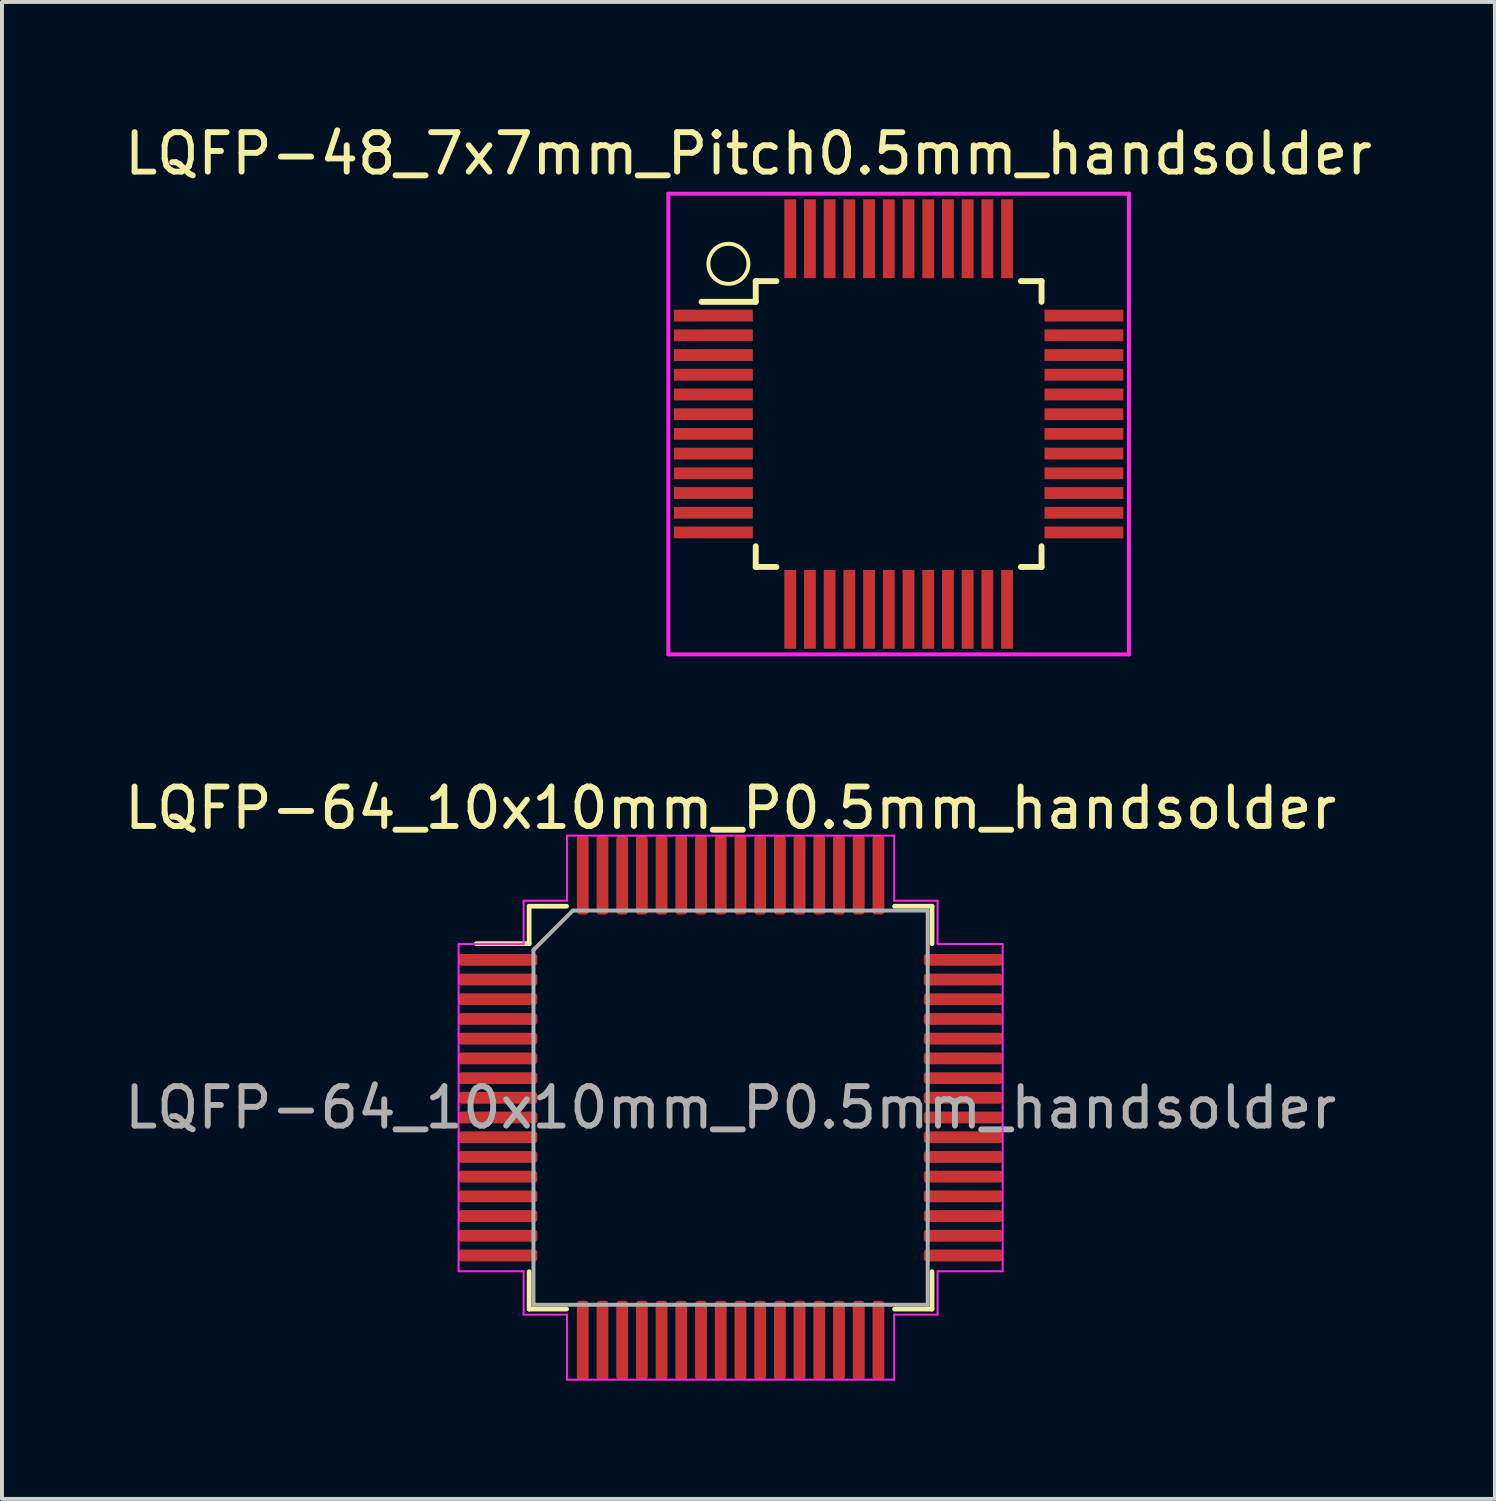
<source format=kicad_pcb>
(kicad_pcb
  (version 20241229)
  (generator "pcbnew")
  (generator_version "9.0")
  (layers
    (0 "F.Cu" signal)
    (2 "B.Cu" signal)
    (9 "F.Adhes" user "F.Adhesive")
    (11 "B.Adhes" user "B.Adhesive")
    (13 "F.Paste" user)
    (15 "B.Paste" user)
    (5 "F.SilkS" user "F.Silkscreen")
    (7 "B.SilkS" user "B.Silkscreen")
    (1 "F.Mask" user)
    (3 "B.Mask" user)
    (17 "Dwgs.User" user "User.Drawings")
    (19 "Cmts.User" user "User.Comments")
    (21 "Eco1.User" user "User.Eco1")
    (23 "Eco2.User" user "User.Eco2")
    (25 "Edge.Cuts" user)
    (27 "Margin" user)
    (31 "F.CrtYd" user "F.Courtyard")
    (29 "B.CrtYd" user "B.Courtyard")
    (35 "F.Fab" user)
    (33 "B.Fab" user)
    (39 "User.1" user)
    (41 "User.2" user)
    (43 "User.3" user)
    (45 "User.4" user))
  (footprint "LQFP-48_7x7mm_Pitch0.5mm_handsolder"
    (layer "F.Cu")
    (at 19.745 7.706)
    (property "Reference" "LQFP-48_7x7mm_Pitch0.5mm_handsolder" (at -3.81 -6.858 0) (layer "F.SilkS") (effects (font (size 1 1) (thickness 0.15))))
    (attr smd)
    (fp_line (start -3.625 -3.625) (end -3.625 -3.1) (stroke (width 0.15) (type solid)) (layer "F.SilkS"))
    (fp_line (start -3.625 -3.625) (end -3.1 -3.625) (stroke (width 0.15) (type solid)) (layer "F.SilkS"))
    (fp_line (start -3.625 -3.1) (end -5 -3.1) (stroke (width 0.15) (type solid)) (layer "F.SilkS"))
    (fp_line (start -3.625 3.625) (end -3.625 3.1) (stroke (width 0.15) (type solid)) (layer "F.SilkS"))
    (fp_line (start -3.625 3.625) (end -3.1 3.625) (stroke (width 0.15) (type solid)) (layer "F.SilkS"))
    (fp_line (start 3.625 -3.625) (end 3.1 -3.625) (stroke (width 0.15) (type solid)) (layer "F.SilkS"))
    (fp_line (start 3.625 -3.625) (end 3.625 -3.1) (stroke (width 0.15) (type solid)) (layer "F.SilkS"))
    (fp_line (start 3.625 3.625) (end 3.1 3.625) (stroke (width 0.15) (type solid)) (layer "F.SilkS"))
    (fp_line (start 3.625 3.625) (end 3.625 3.1) (stroke (width 0.15) (type solid)) (layer "F.SilkS"))
    (fp_circle (center -4.318 -4.064) (end -4.318 -4.572) (stroke (width 0.1) (type solid)) (fill no) (layer "F.SilkS"))
    (fp_line (start -5.842 -5.842) (end 5.842 -5.842) (stroke (width 0.1) (type solid)) (layer "F.CrtYd"))
    (fp_line (start -5.842 5.842) (end -5.842 -5.842) (stroke (width 0.1) (type solid)) (layer "F.CrtYd"))
    (fp_line (start 5.842 -5.842) (end 5.842 5.842) (stroke (width 0.1) (type solid)) (layer "F.CrtYd"))
    (fp_line (start 5.842 5.842) (end -5.842 5.842) (stroke (width 0.1) (type solid)) (layer "F.CrtYd"))
    (pad "1" smd rect (at -4.7 -2.75) (size 2 0.3) (layers "F.Cu" "F.Mask" "F.Paste"))
    (pad "2" smd rect (at -4.7 -2.25) (size 2 0.3) (layers "F.Cu" "F.Mask" "F.Paste"))
    (pad "3" smd rect (at -4.7 -1.75) (size 2 0.3) (layers "F.Cu" "F.Mask" "F.Paste"))
    (pad "4" smd rect (at -4.7 -1.25) (size 2 0.3) (layers "F.Cu" "F.Mask" "F.Paste"))
    (pad "5" smd rect (at -4.7 -0.75) (size 2 0.3) (layers "F.Cu" "F.Mask" "F.Paste"))
    (pad "6" smd rect (at -4.7 -0.25) (size 2 0.3) (layers "F.Cu" "F.Mask" "F.Paste"))
    (pad "7" smd rect (at -4.7 0.25) (size 2 0.3) (layers "F.Cu" "F.Mask" "F.Paste"))
    (pad "8" smd rect (at -4.7 0.75) (size 2 0.3) (layers "F.Cu" "F.Mask" "F.Paste"))
    (pad "9" smd rect (at -4.7 1.25) (size 2 0.3) (layers "F.Cu" "F.Mask" "F.Paste"))
    (pad "10" smd rect (at -4.7 1.75) (size 2 0.3) (layers "F.Cu" "F.Mask" "F.Paste"))
    (pad "11" smd rect (at -4.7 2.25) (size 2 0.3) (layers "F.Cu" "F.Mask" "F.Paste"))
    (pad "12" smd rect (at -4.7 2.75) (size 2 0.3) (layers "F.Cu" "F.Mask" "F.Paste"))
    (pad "13" smd rect (at -2.75 4.7 90) (size 2 0.3) (layers "F.Cu" "F.Mask" "F.Paste"))
    (pad "14" smd rect (at -2.25 4.7 90) (size 2 0.3) (layers "F.Cu" "F.Mask" "F.Paste"))
    (pad "15" smd rect (at -1.75 4.7 90) (size 2 0.3) (layers "F.Cu" "F.Mask" "F.Paste"))
    (pad "16" smd rect (at -1.25 4.7 90) (size 2 0.3) (layers "F.Cu" "F.Mask" "F.Paste"))
    (pad "17" smd rect (at -0.75 4.7 90) (size 2 0.3) (layers "F.Cu" "F.Mask" "F.Paste"))
    (pad "18" smd rect (at -0.25 4.7 90) (size 2 0.3) (layers "F.Cu" "F.Mask" "F.Paste"))
    (pad "19" smd rect (at 0.25 4.7 90) (size 2 0.3) (layers "F.Cu" "F.Mask" "F.Paste"))
    (pad "20" smd rect (at 0.75 4.7 90) (size 2 0.3) (layers "F.Cu" "F.Mask" "F.Paste"))
    (pad "21" smd rect (at 1.25 4.7 90) (size 2 0.3) (layers "F.Cu" "F.Mask" "F.Paste"))
    (pad "22" smd rect (at 1.75 4.7 90) (size 2 0.3) (layers "F.Cu" "F.Mask" "F.Paste"))
    (pad "23" smd rect (at 2.25 4.7 90) (size 2 0.3) (layers "F.Cu" "F.Mask" "F.Paste"))
    (pad "24" smd rect (at 2.75 4.7 90) (size 2 0.3) (layers "F.Cu" "F.Mask" "F.Paste"))
    (pad "25" smd rect (at 4.7 2.75) (size 2 0.3) (layers "F.Cu" "F.Mask" "F.Paste"))
    (pad "26" smd rect (at 4.7 2.25) (size 2 0.3) (layers "F.Cu" "F.Mask" "F.Paste"))
    (pad "27" smd rect (at 4.7 1.75) (size 2 0.3) (layers "F.Cu" "F.Mask" "F.Paste"))
    (pad "28" smd rect (at 4.7 1.25) (size 2 0.3) (layers "F.Cu" "F.Mask" "F.Paste"))
    (pad "29" smd rect (at 4.7 0.75) (size 2 0.3) (layers "F.Cu" "F.Mask" "F.Paste"))
    (pad "30" smd rect (at 4.7 0.25) (size 2 0.3) (layers "F.Cu" "F.Mask" "F.Paste"))
    (pad "31" smd rect (at 4.7 -0.25) (size 2 0.3) (layers "F.Cu" "F.Mask" "F.Paste"))
    (pad "32" smd rect (at 4.7 -0.75) (size 2 0.3) (layers "F.Cu" "F.Mask" "F.Paste"))
    (pad "33" smd rect (at 4.7 -1.25) (size 2 0.3) (layers "F.Cu" "F.Mask" "F.Paste"))
    (pad "34" smd rect (at 4.7 -1.75) (size 2 0.3) (layers "F.Cu" "F.Mask" "F.Paste"))
    (pad "35" smd rect (at 4.7 -2.25) (size 2 0.3) (layers "F.Cu" "F.Mask" "F.Paste"))
    (pad "36" smd rect (at 4.7 -2.75) (size 2 0.3) (layers "F.Cu" "F.Mask" "F.Paste"))
    (pad "37" smd rect (at 2.75 -4.7 90) (size 2 0.3) (layers "F.Cu" "F.Mask" "F.Paste"))
    (pad "38" smd rect (at 2.25 -4.7 90) (size 2 0.3) (layers "F.Cu" "F.Mask" "F.Paste"))
    (pad "39" smd rect (at 1.75 -4.7 90) (size 2 0.3) (layers "F.Cu" "F.Mask" "F.Paste"))
    (pad "40" smd rect (at 1.25 -4.7 90) (size 2 0.3) (layers "F.Cu" "F.Mask" "F.Paste"))
    (pad "41" smd rect (at 0.75 -4.7 90) (size 2 0.3) (layers "F.Cu" "F.Mask" "F.Paste"))
    (pad "42" smd rect (at 0.25 -4.7 90) (size 2 0.3) (layers "F.Cu" "F.Mask" "F.Paste"))
    (pad "43" smd rect (at -0.25 -4.7 90) (size 2 0.3) (layers "F.Cu" "F.Mask" "F.Paste"))
    (pad "44" smd rect (at -0.75 -4.7 90) (size 2 0.3) (layers "F.Cu" "F.Mask" "F.Paste"))
    (pad "45" smd rect (at -1.25 -4.7 90) (size 2 0.3) (layers "F.Cu" "F.Mask" "F.Paste"))
    (pad "46" smd rect (at -1.75 -4.7 90) (size 2 0.3) (layers "F.Cu" "F.Mask" "F.Paste"))
    (pad "47" smd rect (at -2.25 -4.7 90) (size 2 0.3) (layers "F.Cu" "F.Mask" "F.Paste"))
    (pad "48" smd rect (at -2.75 -4.7 90) (size 2 0.3) (layers "F.Cu" "F.Mask" "F.Paste")))
  (footprint "LQFP-64_10x10mm_P0.5mm_handsolder"
    (layer "F.Cu")
    (at 15.482 25.047)
    (property "Reference" "LQFP-64_10x10mm_P0.5mm_handsolder" (at 0 -7.6 0) (layer "F.SilkS") (effects (font (size 1 1) (thickness 0.15))))
    (attr smd)
    (fp_line (start -5.11 -5.11) (end -5.11 -4.16) (stroke (width 0.12) (type solid)) (layer "F.SilkS"))
    (fp_line (start -5.11 -4.16) (end -6.45 -4.16) (stroke (width 0.12) (type solid)) (layer "F.SilkS"))
    (fp_line (start -5.11 5.11) (end -5.11 4.16) (stroke (width 0.12) (type solid)) (layer "F.SilkS"))
    (fp_line (start -4.16 -5.11) (end -5.11 -5.11) (stroke (width 0.12) (type solid)) (layer "F.SilkS"))
    (fp_line (start -4.16 5.11) (end -5.11 5.11) (stroke (width 0.12) (type solid)) (layer "F.SilkS"))
    (fp_line (start 4.16 -5.11) (end 5.11 -5.11) (stroke (width 0.12) (type solid)) (layer "F.SilkS"))
    (fp_line (start 4.16 5.11) (end 5.11 5.11) (stroke (width 0.12) (type solid)) (layer "F.SilkS"))
    (fp_line (start 5.11 -5.11) (end 5.11 -4.16) (stroke (width 0.12) (type solid)) (layer "F.SilkS"))
    (fp_line (start 5.11 5.11) (end 5.11 4.16) (stroke (width 0.12) (type solid)) (layer "F.SilkS"))
    (fp_line (start -6.9 -4.15) (end -6.9 0) (stroke (width 0.05) (type solid)) (layer "F.CrtYd"))
    (fp_line (start -6.9 4.15) (end -6.9 0) (stroke (width 0.05) (type solid)) (layer "F.CrtYd"))
    (fp_line (start -5.25 -5.25) (end -5.25 -4.15) (stroke (width 0.05) (type solid)) (layer "F.CrtYd"))
    (fp_line (start -5.25 -4.15) (end -6.9 -4.15) (stroke (width 0.05) (type solid)) (layer "F.CrtYd"))
    (fp_line (start -5.25 4.15) (end -6.9 4.15) (stroke (width 0.05) (type solid)) (layer "F.CrtYd"))
    (fp_line (start -5.25 5.25) (end -5.25 4.15) (stroke (width 0.05) (type solid)) (layer "F.CrtYd"))
    (fp_line (start -4.15 -6.9) (end -4.15 -5.25) (stroke (width 0.05) (type solid)) (layer "F.CrtYd"))
    (fp_line (start -4.15 -5.25) (end -5.25 -5.25) (stroke (width 0.05) (type solid)) (layer "F.CrtYd"))
    (fp_line (start -4.15 5.25) (end -5.25 5.25) (stroke (width 0.05) (type solid)) (layer "F.CrtYd"))
    (fp_line (start -4.15 6.9) (end -4.15 5.25) (stroke (width 0.05) (type solid)) (layer "F.CrtYd"))
    (fp_line (start 0 -6.9) (end -4.15 -6.9) (stroke (width 0.05) (type solid)) (layer "F.CrtYd"))
    (fp_line (start 0 -6.9) (end 4.15 -6.9) (stroke (width 0.05) (type solid)) (layer "F.CrtYd"))
    (fp_line (start 0 6.9) (end -4.15 6.9) (stroke (width 0.05) (type solid)) (layer "F.CrtYd"))
    (fp_line (start 0 6.9) (end 4.15 6.9) (stroke (width 0.05) (type solid)) (layer "F.CrtYd"))
    (fp_line (start 4.15 -6.9) (end 4.15 -5.25) (stroke (width 0.05) (type solid)) (layer "F.CrtYd"))
    (fp_line (start 4.15 -5.25) (end 5.25 -5.25) (stroke (width 0.05) (type solid)) (layer "F.CrtYd"))
    (fp_line (start 4.15 5.25) (end 5.25 5.25) (stroke (width 0.05) (type solid)) (layer "F.CrtYd"))
    (fp_line (start 4.15 6.9) (end 4.15 5.25) (stroke (width 0.05) (type solid)) (layer "F.CrtYd"))
    (fp_line (start 5.25 -5.25) (end 5.25 -4.15) (stroke (width 0.05) (type solid)) (layer "F.CrtYd"))
    (fp_line (start 5.25 -4.15) (end 6.9 -4.15) (stroke (width 0.05) (type solid)) (layer "F.CrtYd"))
    (fp_line (start 5.25 4.15) (end 6.9 4.15) (stroke (width 0.05) (type solid)) (layer "F.CrtYd"))
    (fp_line (start 5.25 5.25) (end 5.25 4.15) (stroke (width 0.05) (type solid)) (layer "F.CrtYd"))
    (fp_line (start 6.9 -4.15) (end 6.9 0) (stroke (width 0.05) (type solid)) (layer "F.CrtYd"))
    (fp_line (start 6.9 4.15) (end 6.9 0) (stroke (width 0.05) (type solid)) (layer "F.CrtYd"))
    (fp_line (start -5 -4) (end -4 -5) (stroke (width 0.1) (type solid)) (layer "F.Fab"))
    (fp_line (start -5 5) (end -5 -4) (stroke (width 0.1) (type solid)) (layer "F.Fab"))
    (fp_line (start -4 -5) (end 5 -5) (stroke (width 0.1) (type solid)) (layer "F.Fab"))
    (fp_line (start 5 -5) (end 5 5) (stroke (width 0.1) (type solid)) (layer "F.Fab"))
    (fp_line (start 5 5) (end -5 5) (stroke (width 0.1) (type solid)) (layer "F.Fab"))
    (fp_text user "${REFERENCE}" (at 0 0 0) (layer "F.Fab") (effects (font (size 1 1) (thickness 0.15))))
    (pad "1" smd roundrect (at -5.9 -3.75) (size 2 0.3) (layers "F.Cu" "F.Mask" "F.Paste") (roundrect_rratio 0.25))
    (pad "2" smd roundrect (at -5.9 -3.25) (size 2 0.3) (layers "F.Cu" "F.Mask" "F.Paste") (roundrect_rratio 0.25))
    (pad "3" smd roundrect (at -5.9 -2.75) (size 2 0.3) (layers "F.Cu" "F.Mask" "F.Paste") (roundrect_rratio 0.25))
    (pad "4" smd roundrect (at -5.9 -2.25) (size 2 0.3) (layers "F.Cu" "F.Mask" "F.Paste") (roundrect_rratio 0.25))
    (pad "5" smd roundrect (at -5.9 -1.75) (size 2 0.3) (layers "F.Cu" "F.Mask" "F.Paste") (roundrect_rratio 0.25))
    (pad "6" smd roundrect (at -5.9 -1.25) (size 2 0.3) (layers "F.Cu" "F.Mask" "F.Paste") (roundrect_rratio 0.25))
    (pad "7" smd roundrect (at -5.9 -0.75) (size 2 0.3) (layers "F.Cu" "F.Mask" "F.Paste") (roundrect_rratio 0.25))
    (pad "8" smd roundrect (at -5.9 -0.25) (size 2 0.3) (layers "F.Cu" "F.Mask" "F.Paste") (roundrect_rratio 0.25))
    (pad "9" smd roundrect (at -5.9 0.25) (size 2 0.3) (layers "F.Cu" "F.Mask" "F.Paste") (roundrect_rratio 0.25))
    (pad "10" smd roundrect (at -5.9 0.75) (size 2 0.3) (layers "F.Cu" "F.Mask" "F.Paste") (roundrect_rratio 0.25))
    (pad "11" smd roundrect (at -5.9 1.25) (size 2 0.3) (layers "F.Cu" "F.Mask" "F.Paste") (roundrect_rratio 0.25))
    (pad "12" smd roundrect (at -5.9 1.75) (size 2 0.3) (layers "F.Cu" "F.Mask" "F.Paste") (roundrect_rratio 0.25))
    (pad "13" smd roundrect (at -5.9 2.25) (size 2 0.3) (layers "F.Cu" "F.Mask" "F.Paste") (roundrect_rratio 0.25))
    (pad "14" smd roundrect (at -5.9 2.75) (size 2 0.3) (layers "F.Cu" "F.Mask" "F.Paste") (roundrect_rratio 0.25))
    (pad "15" smd roundrect (at -5.9 3.25) (size 2 0.3) (layers "F.Cu" "F.Mask" "F.Paste") (roundrect_rratio 0.25))
    (pad "16" smd roundrect (at -5.9 3.75) (size 2 0.3) (layers "F.Cu" "F.Mask" "F.Paste") (roundrect_rratio 0.25))
    (pad "17" smd roundrect (at -3.75 5.9) (size 0.3 2) (layers "F.Cu" "F.Mask" "F.Paste") (roundrect_rratio 0.25))
    (pad "18" smd roundrect (at -3.25 5.9) (size 0.3 2) (layers "F.Cu" "F.Mask" "F.Paste") (roundrect_rratio 0.25))
    (pad "19" smd roundrect (at -2.75 5.9) (size 0.3 2) (layers "F.Cu" "F.Mask" "F.Paste") (roundrect_rratio 0.25))
    (pad "20" smd roundrect (at -2.25 5.9) (size 0.3 2) (layers "F.Cu" "F.Mask" "F.Paste") (roundrect_rratio 0.25))
    (pad "21" smd roundrect (at -1.75 5.9) (size 0.3 2) (layers "F.Cu" "F.Mask" "F.Paste") (roundrect_rratio 0.25))
    (pad "22" smd roundrect (at -1.25 5.9) (size 0.3 2) (layers "F.Cu" "F.Mask" "F.Paste") (roundrect_rratio 0.25))
    (pad "23" smd roundrect (at -0.75 5.9) (size 0.3 2) (layers "F.Cu" "F.Mask" "F.Paste") (roundrect_rratio 0.25))
    (pad "24" smd roundrect (at -0.25 5.9) (size 0.3 2) (layers "F.Cu" "F.Mask" "F.Paste") (roundrect_rratio 0.25))
    (pad "25" smd roundrect (at 0.25 5.9) (size 0.3 2) (layers "F.Cu" "F.Mask" "F.Paste") (roundrect_rratio 0.25))
    (pad "26" smd roundrect (at 0.75 5.9) (size 0.3 2) (layers "F.Cu" "F.Mask" "F.Paste") (roundrect_rratio 0.25))
    (pad "27" smd roundrect (at 1.25 5.9) (size 0.3 2) (layers "F.Cu" "F.Mask" "F.Paste") (roundrect_rratio 0.25))
    (pad "28" smd roundrect (at 1.75 5.9) (size 0.3 2) (layers "F.Cu" "F.Mask" "F.Paste") (roundrect_rratio 0.25))
    (pad "29" smd roundrect (at 2.25 5.9) (size 0.3 2) (layers "F.Cu" "F.Mask" "F.Paste") (roundrect_rratio 0.25))
    (pad "30" smd roundrect (at 2.75 5.9) (size 0.3 2) (layers "F.Cu" "F.Mask" "F.Paste") (roundrect_rratio 0.25))
    (pad "31" smd roundrect (at 3.25 5.9) (size 0.3 2) (layers "F.Cu" "F.Mask" "F.Paste") (roundrect_rratio 0.25))
    (pad "32" smd roundrect (at 3.75 5.9) (size 0.3 2) (layers "F.Cu" "F.Mask" "F.Paste") (roundrect_rratio 0.25))
    (pad "33" smd roundrect (at 5.9 3.75) (size 2 0.3) (layers "F.Cu" "F.Mask" "F.Paste") (roundrect_rratio 0.25))
    (pad "34" smd roundrect (at 5.9 3.25) (size 2 0.3) (layers "F.Cu" "F.Mask" "F.Paste") (roundrect_rratio 0.25))
    (pad "35" smd roundrect (at 5.9 2.75) (size 2 0.3) (layers "F.Cu" "F.Mask" "F.Paste") (roundrect_rratio 0.25))
    (pad "36" smd roundrect (at 5.9 2.25) (size 2 0.3) (layers "F.Cu" "F.Mask" "F.Paste") (roundrect_rratio 0.25))
    (pad "37" smd roundrect (at 5.9 1.75) (size 2 0.3) (layers "F.Cu" "F.Mask" "F.Paste") (roundrect_rratio 0.25))
    (pad "38" smd roundrect (at 5.9 1.25) (size 2 0.3) (layers "F.Cu" "F.Mask" "F.Paste") (roundrect_rratio 0.25))
    (pad "39" smd roundrect (at 5.9 0.75) (size 2 0.3) (layers "F.Cu" "F.Mask" "F.Paste") (roundrect_rratio 0.25))
    (pad "40" smd roundrect (at 5.9 0.25) (size 2 0.3) (layers "F.Cu" "F.Mask" "F.Paste") (roundrect_rratio 0.25))
    (pad "41" smd roundrect (at 5.9 -0.25) (size 2 0.3) (layers "F.Cu" "F.Mask" "F.Paste") (roundrect_rratio 0.25))
    (pad "42" smd roundrect (at 5.9 -0.75) (size 2 0.3) (layers "F.Cu" "F.Mask" "F.Paste") (roundrect_rratio 0.25))
    (pad "43" smd roundrect (at 5.9 -1.25) (size 2 0.3) (layers "F.Cu" "F.Mask" "F.Paste") (roundrect_rratio 0.25))
    (pad "44" smd roundrect (at 5.9 -1.75) (size 2 0.3) (layers "F.Cu" "F.Mask" "F.Paste") (roundrect_rratio 0.25))
    (pad "45" smd roundrect (at 5.9 -2.25) (size 2 0.3) (layers "F.Cu" "F.Mask" "F.Paste") (roundrect_rratio 0.25))
    (pad "46" smd roundrect (at 5.9 -2.75) (size 2 0.3) (layers "F.Cu" "F.Mask" "F.Paste") (roundrect_rratio 0.25))
    (pad "47" smd roundrect (at 5.9 -3.25) (size 2 0.3) (layers "F.Cu" "F.Mask" "F.Paste") (roundrect_rratio 0.25))
    (pad "48" smd roundrect (at 5.9 -3.75) (size 2 0.3) (layers "F.Cu" "F.Mask" "F.Paste") (roundrect_rratio 0.25))
    (pad "49" smd roundrect (at 3.75 -5.9) (size 0.3 2) (layers "F.Cu" "F.Mask" "F.Paste") (roundrect_rratio 0.25))
    (pad "50" smd roundrect (at 3.25 -5.9) (size 0.3 2) (layers "F.Cu" "F.Mask" "F.Paste") (roundrect_rratio 0.25))
    (pad "51" smd roundrect (at 2.75 -5.9) (size 0.3 2) (layers "F.Cu" "F.Mask" "F.Paste") (roundrect_rratio 0.25))
    (pad "52" smd roundrect (at 2.25 -5.9) (size 0.3 2) (layers "F.Cu" "F.Mask" "F.Paste") (roundrect_rratio 0.25))
    (pad "53" smd roundrect (at 1.75 -5.9) (size 0.3 2) (layers "F.Cu" "F.Mask" "F.Paste") (roundrect_rratio 0.25))
    (pad "54" smd roundrect (at 1.25 -5.9) (size 0.3 2) (layers "F.Cu" "F.Mask" "F.Paste") (roundrect_rratio 0.25))
    (pad "55" smd roundrect (at 0.75 -5.9) (size 0.3 2) (layers "F.Cu" "F.Mask" "F.Paste") (roundrect_rratio 0.25))
    (pad "56" smd roundrect (at 0.25 -5.9) (size 0.3 2) (layers "F.Cu" "F.Mask" "F.Paste") (roundrect_rratio 0.25))
    (pad "57" smd roundrect (at -0.25 -5.9) (size 0.3 2) (layers "F.Cu" "F.Mask" "F.Paste") (roundrect_rratio 0.25))
    (pad "58" smd roundrect (at -0.75 -5.9) (size 0.3 2) (layers "F.Cu" "F.Mask" "F.Paste") (roundrect_rratio 0.25))
    (pad "59" smd roundrect (at -1.25 -5.9) (size 0.3 2) (layers "F.Cu" "F.Mask" "F.Paste") (roundrect_rratio 0.25))
    (pad "60" smd roundrect (at -1.75 -5.9) (size 0.3 2) (layers "F.Cu" "F.Mask" "F.Paste") (roundrect_rratio 0.25))
    (pad "61" smd roundrect (at -2.25 -5.9) (size 0.3 2) (layers "F.Cu" "F.Mask" "F.Paste") (roundrect_rratio 0.25))
    (pad "62" smd roundrect (at -2.75 -5.9) (size 0.3 2) (layers "F.Cu" "F.Mask" "F.Paste") (roundrect_rratio 0.25))
    (pad "63" smd roundrect (at -3.25 -5.9) (size 0.3 2) (layers "F.Cu" "F.Mask" "F.Paste") (roundrect_rratio 0.25))
    (pad "64" smd roundrect (at -3.75 -5.9) (size 0.3 2) (layers "F.Cu" "F.Mask" "F.Paste") (roundrect_rratio 0.25)))
  (gr_rect
    (start -3 -3)
    (end 34.869 34.971)
    (stroke (width 0.1) (type default))
    (fill no)
    (layer "Edge.Cuts")))
</source>
